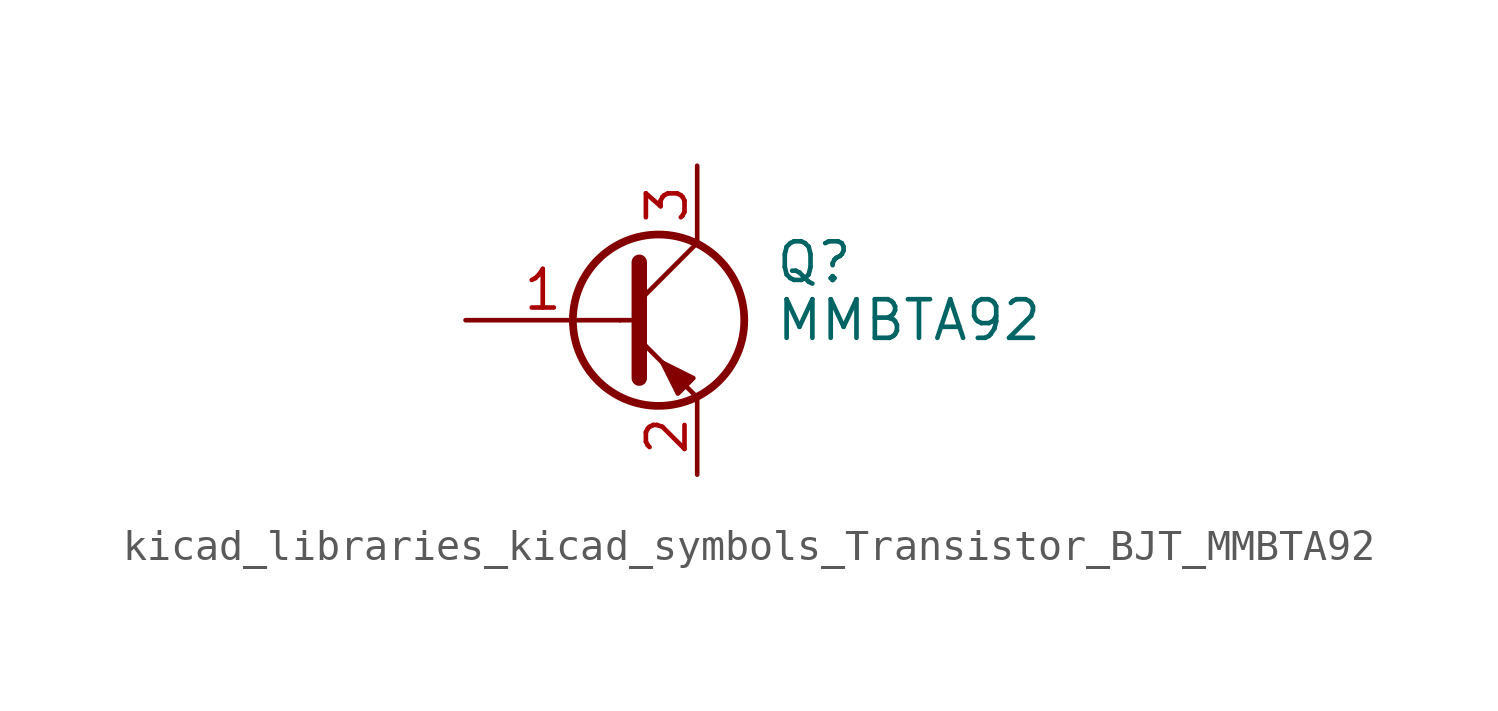
<source format=kicad_sym>
(kicad_symbol_lib
  (version 20220914)
  (generator kicad_symbol_editor)
  (symbol "kicad_libraries_kicad_symbols_Transistor_BJT_MMBTA92"
    (pin_names
      (offset 0) hide)
    (property "Reference" "Q"
      (at 5.08 1.905 0)
      (effects (font (size 1.27 1.27)) (justify left)))
    (property "Value" "MMBTA92"
      (at 5.08 0 0)
      (effects (font (size 1.27 1.27)) (justify left)))
    (symbol "kicad_libraries_kicad_symbols_Transistor_BJT_MMBTA92_0_1"
      (polyline (pts (xy 0 0) (xy 0.635 0)) (stroke (width 0) (type default)) (fill (type none)))
      (polyline (pts (xy 2.54 -2.54) (xy 0.635 -0.635)) (stroke (width 0) (type default)) (fill (type none)))
      (polyline (pts (xy 2.54 2.54) (xy 0.635 0.635)) (stroke (width 0) (type default)) (fill (type none)))
      (polyline (pts (xy 0.635 1.905) (xy 0.635 -1.905) (xy 0.635 -1.905)) (stroke (width 0.508) (type default)) (fill (type outline)))
      (polyline (pts (xy 1.905 -2.413) (xy 2.413 -1.905) (xy 1.397 -1.397) (xy 1.905 -2.413) (xy 1.905 -2.413)) (stroke (width 0) (type default)) (fill (type outline)))
      (circle (center 1.27 0) (radius 2.819) (stroke (width 0.254) (type default)) (fill (type none))))
    (symbol "kicad_libraries_kicad_symbols_Transistor_BJT_MMBTA92_1_1"
      (pin input line (at -5.08 0 0) (length 5.08) (name "B" (effects (font (size 1.27 1.27)))) (number "1" (effects (font (size 1.27 1.27)))))
      (pin passive line (at 2.54 -5.08 90) (length 2.54) (name "E" (effects (font (size 1.27 1.27)))) (number "2" (effects (font (size 1.27 1.27)))))
      (pin passive line (at 2.54 5.08 270) (length 2.54) (name "C" (effects (font (size 1.27 1.27)))) (number "3" (effects (font (size 1.27 1.27))))))))
</source>
